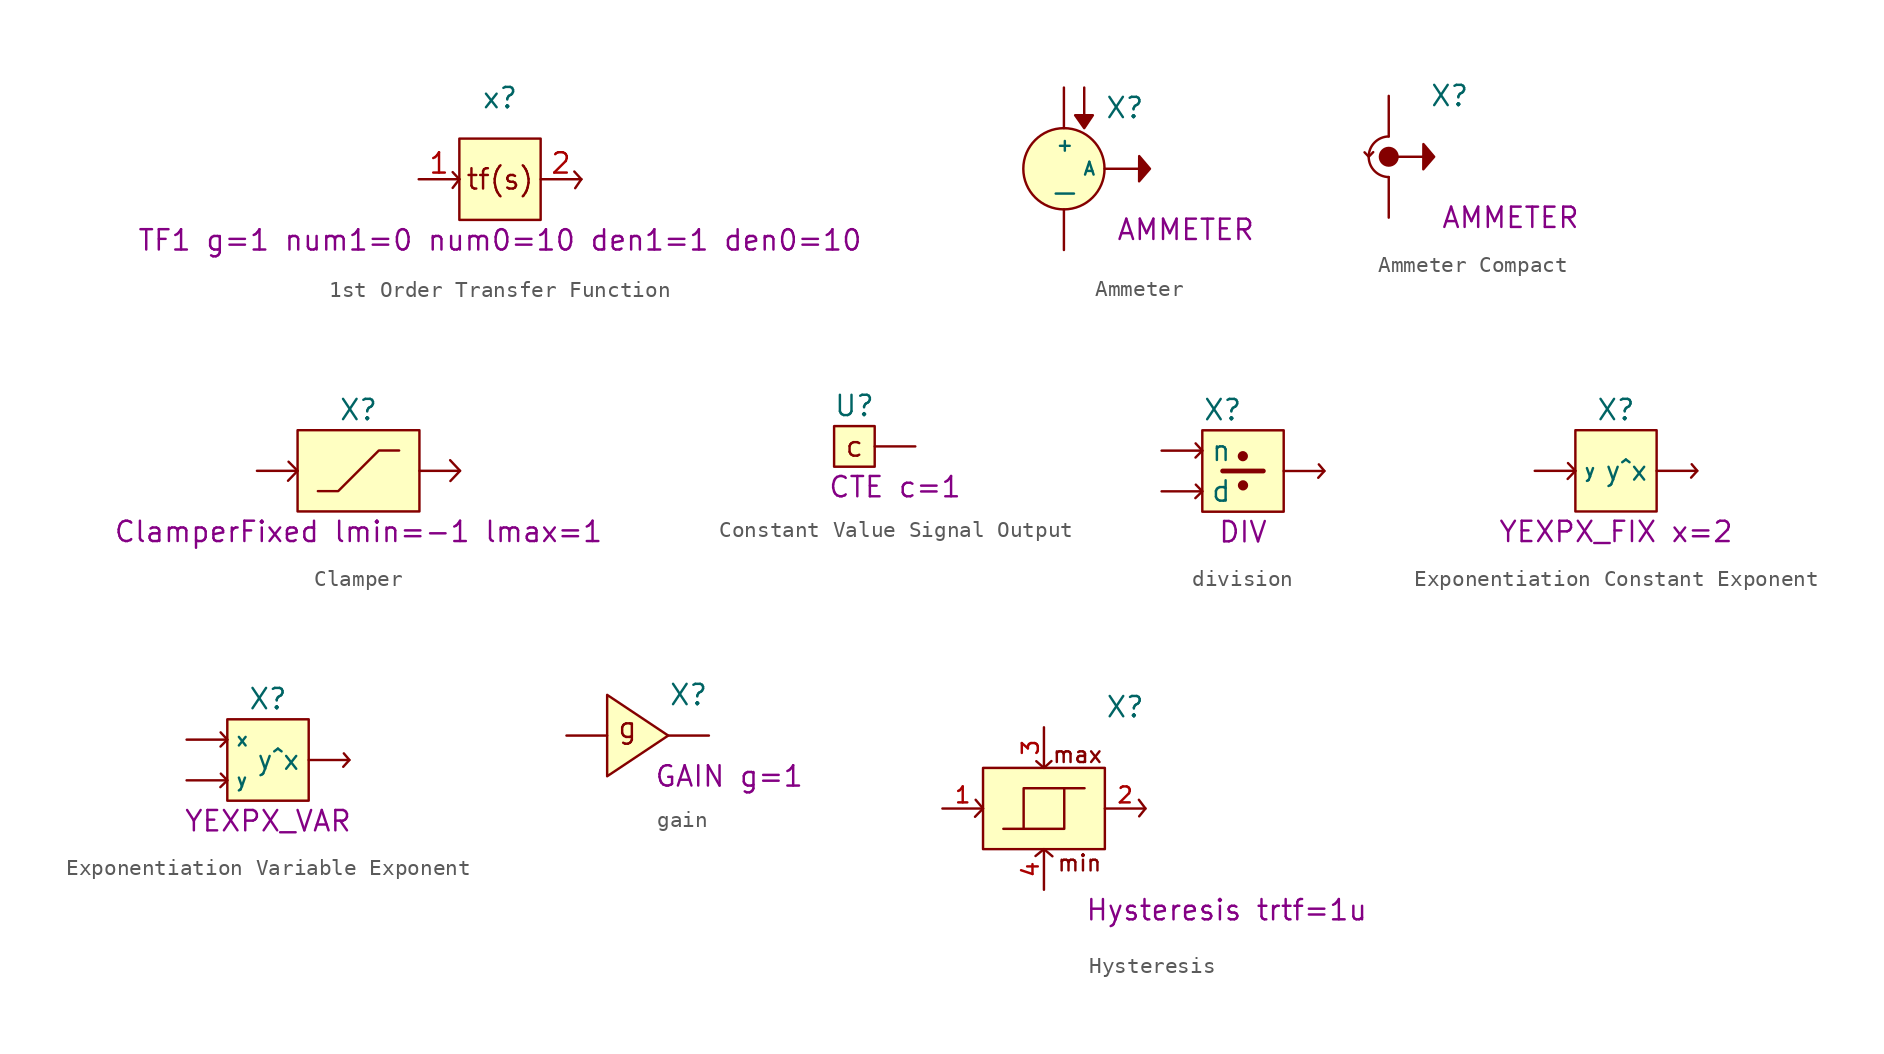
<source format=kicad_sym>
(kicad_symbol_lib
  (version 20211014)
  (generator kicad_symbol_editor)
  (symbol "1st Order Transfer Function"
    (property "Reference" "x"
      (at 0 6.35 0)
      (effects (font (size 1.27 1.27))))
    (property "Spice_Model" "TF1 g=1 num1=0 num0=10 den1=1 den0=10"
      (at 0 -2.54 0)
      (effects (font (size 1.27 1.27))))
    (symbol "1st Order Transfer Function_0_0"
      (polyline (pts (xy -2.54 1.27) (xy -2.958 0.729)) (stroke (width 0) (type default) (color 0 0 0 0)) (fill (type none)))
      (polyline (pts (xy -2.54 1.27) (xy -2.958 1.715)) (stroke (width 0) (type default) (color 0 0 0 0)) (fill (type none)))
      (polyline (pts (xy 5.08 1.27) (xy 4.643 1.751)) (stroke (width 0) (type default) (color 0 0 0 0)) (fill (type none)))
      (polyline (pts (xy 5.08 1.27) (xy 4.697 0.712)) (stroke (width 0) (type default) (color 0 0 0 0)) (fill (type none)))
      (text "tf(s)" (at 0 1.27 0) (effects (font (size 1.27 1.27)))))
    (symbol "1st Order Transfer Function_0_1"
      (rectangle (start -2.54 -1.27) (end 2.54 3.81) (stroke (width 0) (type default) (color 0 0 0 0)) (fill (type background))))
    (symbol "1st Order Transfer Function_1_1"
      (pin input line (at -5.08 1.27 0) (length 2.54) (name "" (effects (font (size 1.27 1.27)))) (number "1" (effects (font (size 1.27 1.27)))))
      (pin output line (at 5.08 1.27 180) (length 2.54) (name "" (effects (font (size 1.27 1.27)))) (number "2" (effects (font (size 1.27 1.27)))))))
  (symbol "Ammeter"
    (pin_numbers hide)
    (property "Reference" "X"
      (at 3.81 3.81 0)
      (effects (font (size 1.27 1.27))))
    (property "Spice_Model" "AMMETER"
      (at 7.62 -3.81 0)
      (effects (font (size 1.27 1.27))))
    (symbol "Ammeter_0_0"
      (polyline (pts (xy 4.702 -0.785) (xy 4.708 0.794) (xy 5.381 0) (xy 4.702 -0.785)) (stroke (width 0) (type default) (color 0 0 0 0)) (fill (type outline))))
    (symbol "Ammeter_0_1"
      (polyline (pts (xy 1.27 5.08) (xy 1.27 2.54) (xy 0.701 3.348) (xy 1.811 3.348) (xy 1.27 2.54)) (stroke (width 0) (type default) (color 0 0 0 0)) (fill (type outline)))
      (circle (center 0 0) (radius 2.54) (stroke (width 0) (type default) (color 0 0 0 0)) (fill (type background))))
    (symbol "Ammeter_1_1"
      (pin passive line (at 0 5.08 270) (length 2.54) (name "+" (effects (font (size 0.8 0.8)))) (number "1" (effects (font (size 1.27 1.27)))))
      (pin passive line (at 0 -5.08 90) (length 2.54) (name "|" (effects (font (size 0.8 0.8)))) (number "2" (effects (font (size 1.27 1.27)))))
      (pin output line (at 5.08 0 180) (length 2.54) (name "A" (effects (font (size 0.8 0.8)))) (number "3" (effects (font (size 1.27 1.27)))))))
  (symbol "Ammeter Compact"
    (pin_numbers hide)
    (property "Reference" "X"
      (at 3.81 3.81 0)
      (effects (font (size 1.27 1.27))))
    (property "Spice_Model" "AMMETER"
      (at 7.62 -3.81 0)
      (effects (font (size 1.27 1.27))))
    (symbol "Ammeter Compact_0_0"
      (polyline (pts (xy 2.162 -0.785) (xy 2.168 0.794) (xy 2.841 0) (xy 2.162 -0.785)) (stroke (width 0) (type default) (color 0 0 0 0)) (fill (type outline))))
    (symbol "Ammeter Compact_0_1"
      (polyline (pts (xy -1.514 0.277) (xy -1.251 0.003) (xy -0.972 0.29)) (stroke (width 0) (type default) (color 0 0 0 0)) (fill (type none)))
      (circle (center 0 0) (radius 0.551) (stroke (width 0) (type default) (color 0 0 0 0)) (fill (type outline)))
      (arc (start 0 1.27) (mid -1.2542 0) (end 0 -1.27) (stroke (width 0) (type default) (color 0 0 0 0)) (fill (type none))))
    (symbol "Ammeter Compact_1_1"
      (pin passive line (at 0 3.81 270) (length 2.54) (name "" (effects (font (size 0.8 0.8)))) (number "1" (effects (font (size 1.27 1.27)))))
      (pin passive line (at 0 -3.81 90) (length 2.54) (name "" (effects (font (size 0.8 0.8)))) (number "2" (effects (font (size 1.27 1.27)))))
      (pin output line (at 2.54 0 180) (length 2.54) (name "" (effects (font (size 0.8 0.8)))) (number "3" (effects (font (size 1.27 1.27)))))))
  (symbol "Clamper"
    (property "Reference" "X"
      (at 0 3.81 0)
      (effects (font (size 1.27 1.27))))
    (property "Spice_Model" "ClamperFixed lmin=-1 lmax=1"
      (at 0 -3.81 0)
      (effects (font (size 1.27 1.27))))
    (symbol "Clamper_0_1"
      (rectangle (start -3.81 2.54) (end 3.81 -2.54) (stroke (width 0) (type default) (color 0 0 0 0)) (fill (type background)))
      (polyline (pts (xy -4.375 0.569) (xy -3.81 0) (xy -4.407 -0.622)) (stroke (width 0) (type default) (color 0 0 0 0)) (fill (type none)))
      (polyline (pts (xy 5.73 0.664) (xy 6.35 0) (xy 5.746 -0.638)) (stroke (width 0) (type default) (color 0 0 0 0)) (fill (type none)))
      (polyline (pts (xy -2.54 -1.27) (xy -1.27 -1.27) (xy 1.27 1.27) (xy 2.54 1.27)) (stroke (width 0) (type default) (color 0 0 0 0)) (fill (type none))))
    (symbol "Clamper_1_1"
      (pin input line (at -6.35 0 0) (length 2.54) (name "" (effects (font (size 1.27 1.27)))) (number "" (effects (font (size 1 1)))))
      (pin output line (at 6.35 0 180) (length 2.54) (name "" (effects (font (size 1.27 1.27)))) (number "" (effects (font (size 1 1)))))))
  (symbol "Constant Value Signal Output"
    (power)
    (pin_numbers hide)
    (property "Reference" "U"
      (at -3.81 2.54 0)
      (effects (font (size 1.27 1.27))))
    (property "Spice_Model" "CTE c=1"
      (at -1.27 -2.54 0)
      (effects (font (size 1.27 1.27))))
    (symbol "Constant Value Signal Output_0_0"
      (text "c" (at -3.81 0 0) (effects (font (size 1.27 1.27)))))
    (symbol "Constant Value Signal Output_0_1"
      (rectangle (start -5.08 1.27) (end -2.54 -1.27) (stroke (width 0) (type default) (color 0 0 0 0)) (fill (type background))))
    (symbol "Constant Value Signal Output_1_1"
      (pin output line (at 0 0 180) (length 2.54) (name "" (effects (font (size 1.27 1.27)))) (number "1" (effects (font (size 1.27 1.27)))))))
  (symbol "division"
    (pin_numbers hide)
    (property "Reference" "X"
      (at -1.27 3.81 0)
      (effects (font (size 1.27 1.27))))
    (property "Spice_Model" "DIV"
      (at 0 -3.81 0)
      (effects (font (size 1.27 1.27))))
    (symbol "division_0_0"
      (circle (center -0.01 0.925) (radius 0.242) (stroke (width 0) (type default) (color 0 0 0 0)) (fill (type outline)))
      (polyline (pts (xy -1.27 0) (xy 1.27 0)) (stroke (width 0.3) (type default) (color 0 0 0 0)) (fill (type none)))
      (circle (center 0.0004 -0.897) (radius 0.244) (stroke (width 0) (type default) (color 0 0 0 0)) (fill (type outline))))
    (symbol "division_0_1"
      (rectangle (start -2.54 2.54) (end 2.54 -2.54) (stroke (width 0) (type default) (color 0 0 0 0)) (fill (type background)))
      (polyline (pts (xy -2.957 1.723) (xy -2.54 1.27) (xy -2.964 0.84)) (stroke (width 0) (type default) (color 0 0 0 0)) (fill (type none)))
      (polyline (pts (xy -2.945 -0.852) (xy -2.54 -1.27) (xy -2.973 -1.693)) (stroke (width 0) (type default) (color 0 0 0 0)) (fill (type none)))
      (polyline (pts (xy 4.732 0.413) (xy 5.08 0) (xy 4.695 -0.424)) (stroke (width 0) (type default) (color 0 0 0 0)) (fill (type none))))
    (symbol "division_1_1"
      (pin input line (at -5.08 1.27 0) (length 2.54) (name "n" (effects (font (size 1.27 1.27)))) (number "1" (effects (font (size 1.27 1.27)))))
      (pin input line (at -5.08 -1.27 0) (length 2.54) (name "d" (effects (font (size 1.27 1.27)))) (number "2" (effects (font (size 1.27 1.27)))))
      (pin output line (at 5.08 0 180) (length 2.54) (name "" (effects (font (size 1.27 1.27)))) (number "3" (effects (font (size 1.27 1.27)))))))
  (symbol "Exponentiation Constant Exponent"
    (pin_numbers hide)
    (property "Reference" "X"
      (at 0 3.81 0)
      (effects (font (size 1.27 1.27))))
    (property "Spice_Model" "YEXPX_FIX x=2"
      (at 0 -3.81 0)
      (effects (font (size 1.27 1.27))))
    (symbol "Exponentiation Constant Exponent_0_0"
      (polyline (pts (xy -3.002 0.485) (xy -2.54 0) (xy -3.023 -0.507)) (stroke (width 0) (type default) (color 0 0 0 0)) (fill (type none))))
    (symbol "Exponentiation Constant Exponent_0_1"
      (rectangle (start -2.54 2.54) (end 2.54 -2.54) (stroke (width 0) (type default) (color 0 0 0 0)) (fill (type background)))
      (polyline (pts (xy 4.732 0.413) (xy 5.08 0) (xy 4.695 -0.424)) (stroke (width 0) (type default) (color 0 0 0 0)) (fill (type none))))
    (symbol "Exponentiation Constant Exponent_1_1"
      (pin input line (at -5.08 0 0) (length 2.54) (name "y" (effects (font (size 0.8 0.8)))) (number "1" (effects (font (size 1.27 1.27)))))
      (pin output line (at 5.08 0 180) (length 2.54) (name "y^x" (effects (font (size 1.2 1.2)))) (number "2" (effects (font (size 1.27 1.27)))))))
  (symbol "Exponentiation Variable Exponent"
    (pin_numbers hide)
    (property "Reference" "X"
      (at 0 3.81 0)
      (effects (font (size 1.27 1.27))))
    (property "Spice_Model" "YEXPX_VAR"
      (at 0 -3.81 0)
      (effects (font (size 1.27 1.27))))
    (symbol "Exponentiation Variable Exponent_0_1"
      (rectangle (start -2.54 2.54) (end 2.54 -2.54) (stroke (width 0) (type default) (color 0 0 0 0)) (fill (type background)))
      (polyline (pts (xy -2.957 1.723) (xy -2.54 1.27) (xy -2.964 0.84)) (stroke (width 0) (type default) (color 0 0 0 0)) (fill (type none)))
      (polyline (pts (xy -2.945 -0.852) (xy -2.54 -1.27) (xy -2.973 -1.693)) (stroke (width 0) (type default) (color 0 0 0 0)) (fill (type none)))
      (polyline (pts (xy 4.732 0.413) (xy 5.08 0) (xy 4.695 -0.424)) (stroke (width 0) (type default) (color 0 0 0 0)) (fill (type none))))
    (symbol "Exponentiation Variable Exponent_1_1"
      (pin input line (at -5.08 -1.27 0) (length 2.54) (name "y" (effects (font (size 0.8 0.8)))) (number "1" (effects (font (size 1.27 1.27)))))
      (pin input line (at -5.08 1.27 0) (length 2.54) (name "x" (effects (font (size 0.8 0.8)))) (number "2" (effects (font (size 1.27 1.27)))))
      (pin output line (at 5.08 0 180) (length 2.54) (name "y^x" (effects (font (size 1.2 1.2)))) (number "3" (effects (font (size 1.27 1.27)))))))
  (symbol "gain"
    (pin_numbers hide)
    (property "Reference" "X"
      (at 3.81 2.54 0)
      (effects (font (size 1.27 1.27))))
    (property "Spice_Model" "GAIN g=1"
      (at 6.35 -2.54 0)
      (effects (font (size 1.27 1.27))))
    (symbol "gain_0_0"
      (text "g" (at 0.0003 0.496 0) (effects (font (size 1.27 1.27)))))
    (symbol "gain_0_1"
      (polyline (pts (xy -1.27 2.54) (xy -1.27 -2.54) (xy 2.54 0) (xy -1.27 2.54)) (stroke (width 0) (type default) (color 0 0 0 0)) (fill (type background))))
    (symbol "gain_1_1"
      (pin input line (at -3.81 0 0) (length 2.54) (name "" (effects (font (size 1.27 1.27)))) (number "1" (effects (font (size 1.27 1.27)))))
      (pin output line (at 5.08 0 180) (length 2.54) (name "" (effects (font (size 1.27 1.27)))) (number "2" (effects (font (size 1.27 1.27)))))))
  (symbol "Hysteresis"
    (property "Reference" "X"
      (at 5.08 6.35 0)
      (effects (font (size 1.27 1.27))))
    (property "Spice_Model" "Hysteresis trtf=1u"
      (at 11.43 -6.35 0)
      (effects (font (size 1.27 1.27))))
    (symbol "Hysteresis_0_0"
      (text "max" (at 2.092 3.365 0) (effects (font (size 1 1))))
      (text "min" (at 2.227 -3.414 0) (effects (font (size 1 1)))))
    (symbol "Hysteresis_0_1"
      (rectangle (start -3.81 2.54) (end 3.81 -2.54) (stroke (width 0) (type default) (color 0 0 0 0)) (fill (type background)))
      (polyline (pts (xy 0.469 2.968) (xy 0 2.54) (xy -0.478 2.961)) (stroke (width 0) (type default) (color 0 0 0 0)) (fill (type none)))
      (polyline (pts (xy 0.529 -2.987) (xy 0 -2.54) (xy -0.528 -2.97)) (stroke (width 0) (type default) (color 0 0 0 0)) (fill (type none)))
      (polyline (pts (xy 5.937 0.547) (xy 6.35 0) (xy 5.956 -0.488)) (stroke (width 0) (type default) (color 0 0 0 0)) (fill (type none)))
      (polyline (pts (xy -4.272 0.547) (xy -3.81 0) (xy -4.311 -0.517) (xy -3.81 0)) (stroke (width 0) (type default) (color 0 0 0 0)) (fill (type none)))
      (polyline (pts (xy -2.54 -1.27) (xy 1.27 -1.27) (xy 1.27 1.27) (xy 2.54 1.27) (xy -1.27 1.27) (xy -1.27 -1.27) (xy -2.54 -1.27)) (stroke (width 0) (type default) (color 0 0 0 0)) (fill (type none))))
    (symbol "Hysteresis_1_1"
      (pin input line (at -6.35 0 0) (length 2.54) (name "" (effects (font (size 1.27 1.27)))) (number "1" (effects (font (size 1 1)))))
      (pin output line (at 6.35 0 180) (length 2.54) (name "" (effects (font (size 1.27 1.27)))) (number "2" (effects (font (size 1 1)))))
      (pin input line (at 0 5.08 270) (length 2.54) (name "" (effects (font (size 1.27 1.27)))) (number "3" (effects (font (size 1 1)))))
      (pin input line (at 0 -5.08 90) (length 2.54) (name "" (effects (font (size 1.27 1.27)))) (number "4" (effects (font (size 1 1))))))))
</source>
